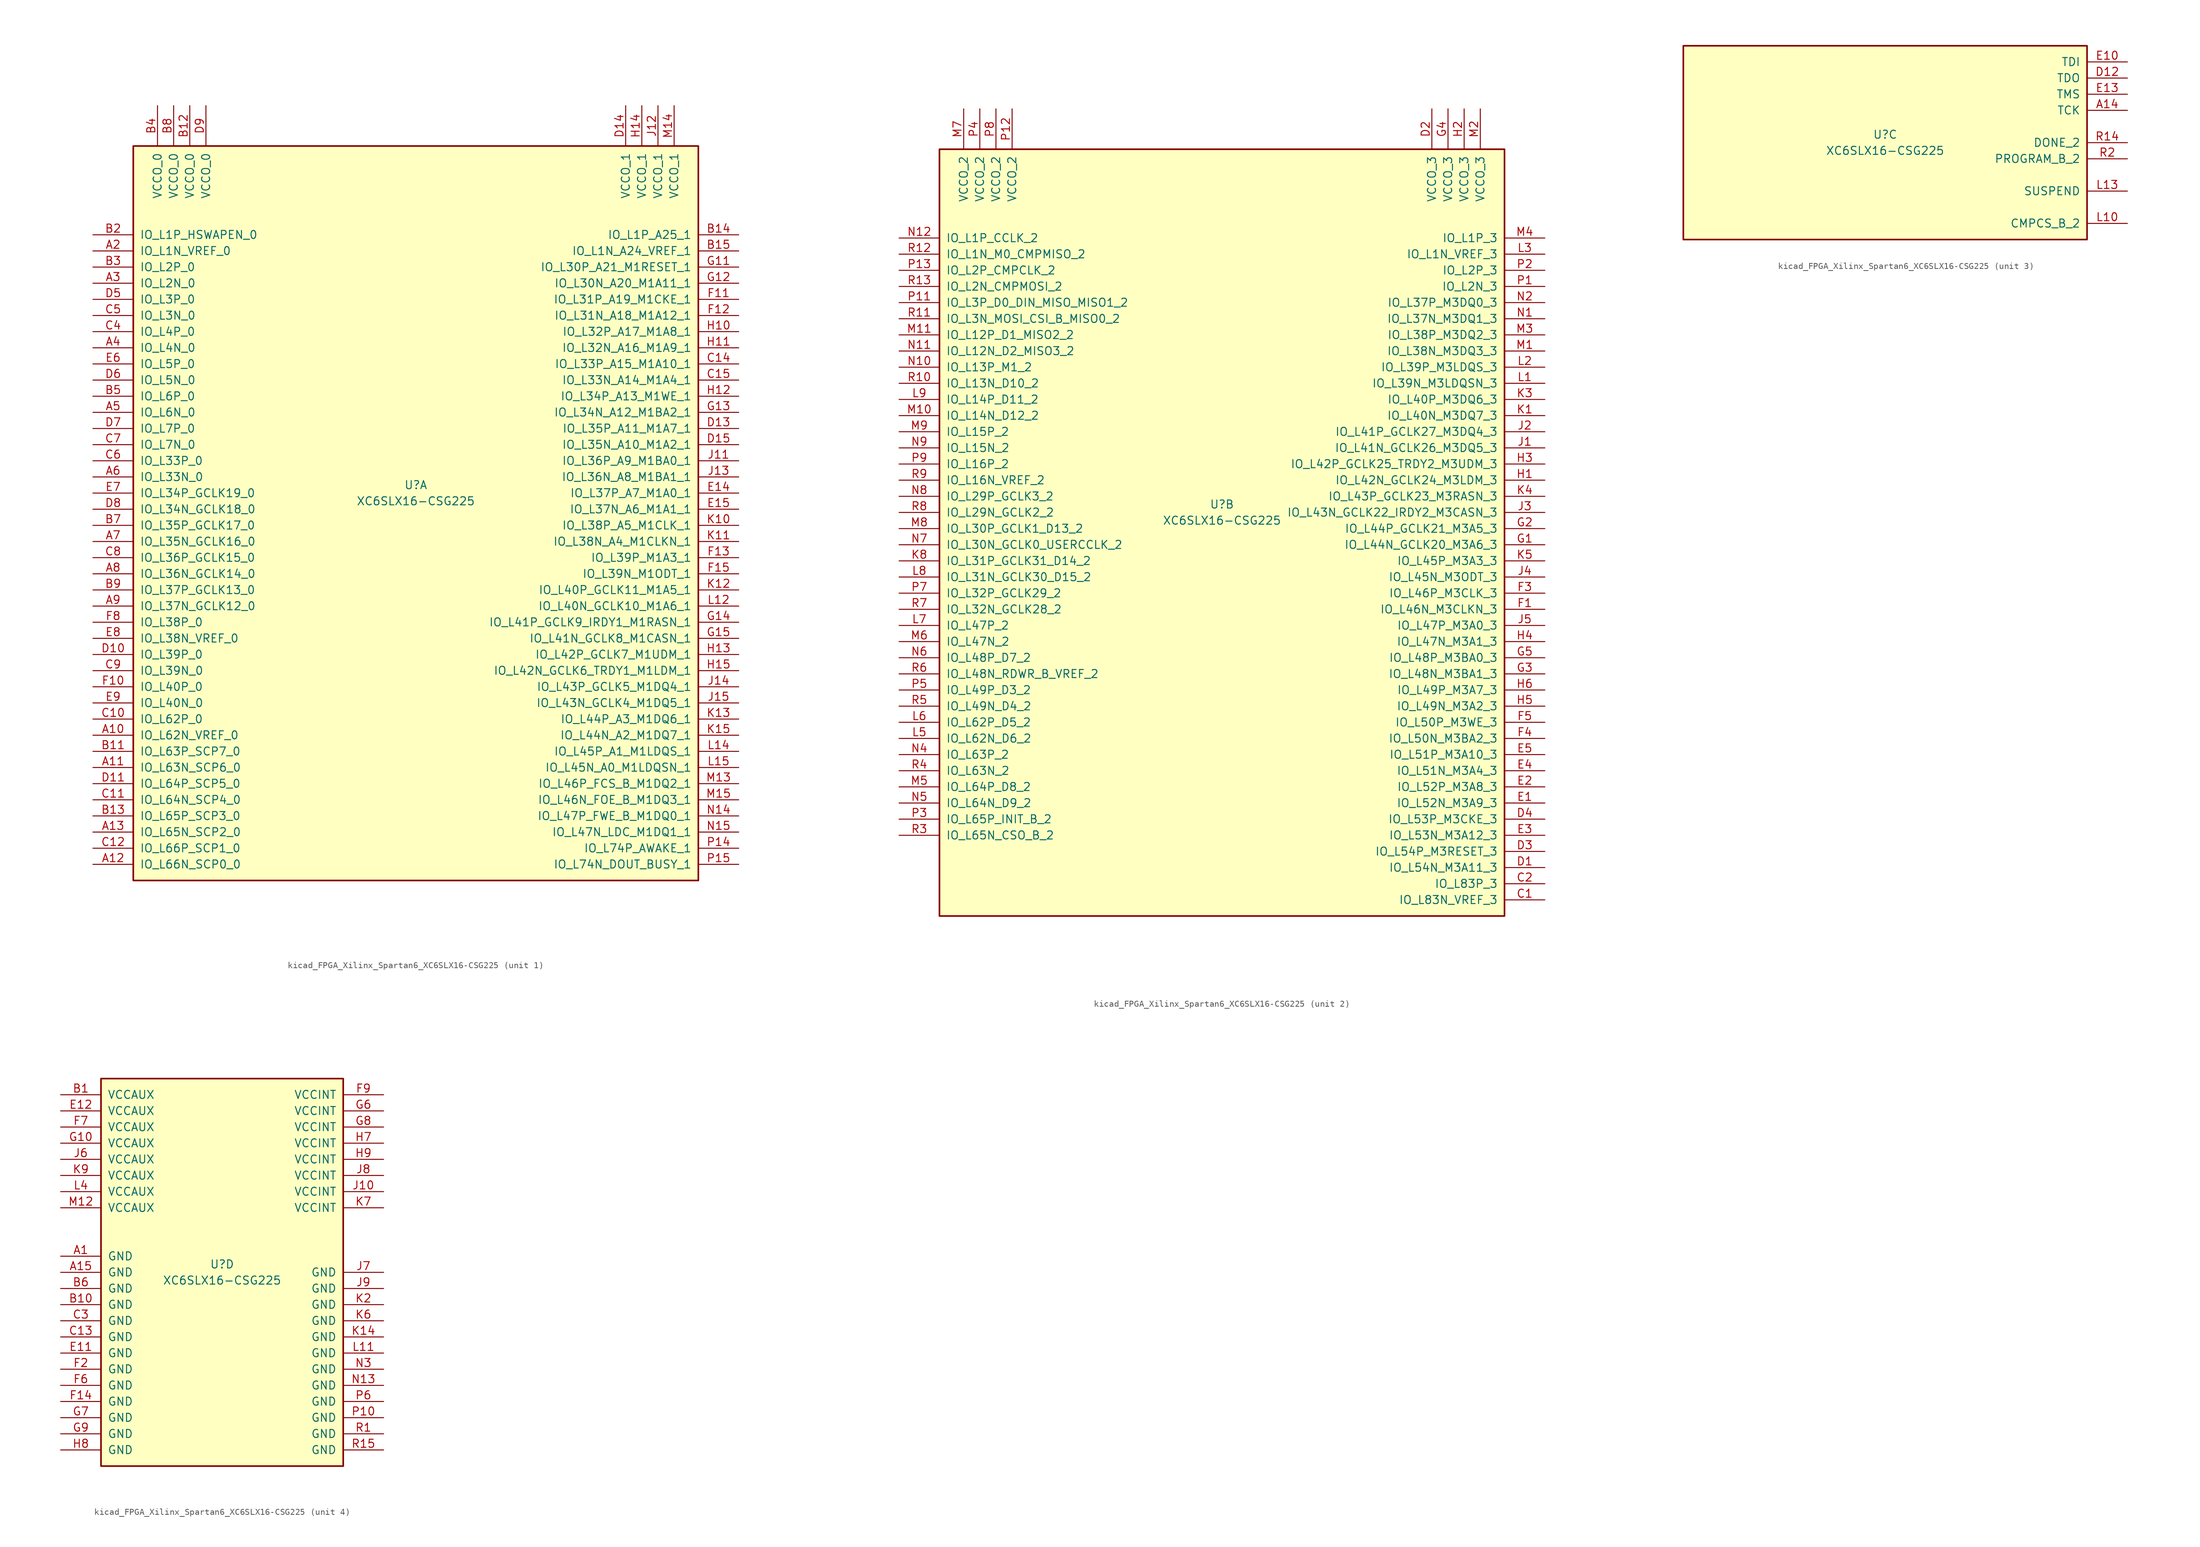
<source format=kicad_sym>
(kicad_symbol_lib
  (version 20220914)
  (generator kicad_symbol_editor)
  (symbol "kicad_FPGA_Xilinx_Spartan6_XC6SLX16-CSG225"
    (pin_names
      (offset 1.016))
    (property "Reference" "U"
      (at 0 1.27 0)
      (effects (font (size 1.27 1.27))))
    (property "Value" "XC6SLX16-CSG225"
      (at 0 -1.27 0)
      (effects (font (size 1.27 1.27))))
    (property "Datasheet" ""
      (at 0 0 0)
      (effects (font (size 1.27 1.27))))
    (property "ki_locked" ""
      (at 0 0 0)
      (effects (font (size 1.27 1.27))))
    (symbol "kicad_FPGA_Xilinx_Spartan6_XC6SLX16-CSG225_1_1"
      (rectangle (start -44.45 54.61) (end 44.45 -60.96) (stroke (width 0.254) (type default)) (fill (type background)))
      (pin bidirectional line (at -50.8 -38.1 0) (length 6.35) (name "IO_L62N_VREF_0" (effects (font (size 1.27 1.27)))) (number "A10" (effects (font (size 1.27 1.27)))))
      (pin bidirectional line (at -50.8 -43.18 0) (length 6.35) (name "IO_L63N_SCP6_0" (effects (font (size 1.27 1.27)))) (number "A11" (effects (font (size 1.27 1.27)))))
      (pin bidirectional line (at -50.8 -58.42 0) (length 6.35) (name "IO_L66N_SCP0_0" (effects (font (size 1.27 1.27)))) (number "A12" (effects (font (size 1.27 1.27)))))
      (pin bidirectional line (at -50.8 -53.34 0) (length 6.35) (name "IO_L65N_SCP2_0" (effects (font (size 1.27 1.27)))) (number "A13" (effects (font (size 1.27 1.27)))))
      (pin bidirectional line (at -50.8 38.1 0) (length 6.35) (name "IO_L1N_VREF_0" (effects (font (size 1.27 1.27)))) (number "A2" (effects (font (size 1.27 1.27)))))
      (pin bidirectional line (at -50.8 33.02 0) (length 6.35) (name "IO_L2N_0" (effects (font (size 1.27 1.27)))) (number "A3" (effects (font (size 1.27 1.27)))))
      (pin bidirectional line (at -50.8 22.86 0) (length 6.35) (name "IO_L4N_0" (effects (font (size 1.27 1.27)))) (number "A4" (effects (font (size 1.27 1.27)))))
      (pin bidirectional line (at -50.8 12.7 0) (length 6.35) (name "IO_L6N_0" (effects (font (size 1.27 1.27)))) (number "A5" (effects (font (size 1.27 1.27)))))
      (pin bidirectional line (at -50.8 2.54 0) (length 6.35) (name "IO_L33N_0" (effects (font (size 1.27 1.27)))) (number "A6" (effects (font (size 1.27 1.27)))))
      (pin bidirectional line (at -50.8 -7.62 0) (length 6.35) (name "IO_L35N_GCLK16_0" (effects (font (size 1.27 1.27)))) (number "A7" (effects (font (size 1.27 1.27)))))
      (pin bidirectional line (at -50.8 -12.7 0) (length 6.35) (name "IO_L36N_GCLK14_0" (effects (font (size 1.27 1.27)))) (number "A8" (effects (font (size 1.27 1.27)))))
      (pin bidirectional line (at -50.8 -17.78 0) (length 6.35) (name "IO_L37N_GCLK12_0" (effects (font (size 1.27 1.27)))) (number "A9" (effects (font (size 1.27 1.27)))))
      (pin bidirectional line (at -50.8 -40.64 0) (length 6.35) (name "IO_L63P_SCP7_0" (effects (font (size 1.27 1.27)))) (number "B11" (effects (font (size 1.27 1.27)))))
      (pin power_in line (at -35.56 60.96 270) (length 6.35) (name "VCCO_0" (effects (font (size 1.27 1.27)))) (number "B12" (effects (font (size 1.27 1.27)))))
      (pin bidirectional line (at -50.8 -50.8 0) (length 6.35) (name "IO_L65P_SCP3_0" (effects (font (size 1.27 1.27)))) (number "B13" (effects (font (size 1.27 1.27)))))
      (pin bidirectional line (at 50.8 40.64 180) (length 6.35) (name "IO_L1P_A25_1" (effects (font (size 1.27 1.27)))) (number "B14" (effects (font (size 1.27 1.27)))))
      (pin bidirectional line (at 50.8 38.1 180) (length 6.35) (name "IO_L1N_A24_VREF_1" (effects (font (size 1.27 1.27)))) (number "B15" (effects (font (size 1.27 1.27)))))
      (pin bidirectional line (at -50.8 40.64 0) (length 6.35) (name "IO_L1P_HSWAPEN_0" (effects (font (size 1.27 1.27)))) (number "B2" (effects (font (size 1.27 1.27)))))
      (pin bidirectional line (at -50.8 35.56 0) (length 6.35) (name "IO_L2P_0" (effects (font (size 1.27 1.27)))) (number "B3" (effects (font (size 1.27 1.27)))))
      (pin power_in line (at -40.64 60.96 270) (length 6.35) (name "VCCO_0" (effects (font (size 1.27 1.27)))) (number "B4" (effects (font (size 1.27 1.27)))))
      (pin bidirectional line (at -50.8 15.24 0) (length 6.35) (name "IO_L6P_0" (effects (font (size 1.27 1.27)))) (number "B5" (effects (font (size 1.27 1.27)))))
      (pin bidirectional line (at -50.8 -5.08 0) (length 6.35) (name "IO_L35P_GCLK17_0" (effects (font (size 1.27 1.27)))) (number "B7" (effects (font (size 1.27 1.27)))))
      (pin power_in line (at -38.1 60.96 270) (length 6.35) (name "VCCO_0" (effects (font (size 1.27 1.27)))) (number "B8" (effects (font (size 1.27 1.27)))))
      (pin bidirectional line (at -50.8 -15.24 0) (length 6.35) (name "IO_L37P_GCLK13_0" (effects (font (size 1.27 1.27)))) (number "B9" (effects (font (size 1.27 1.27)))))
      (pin bidirectional line (at -50.8 -35.56 0) (length 6.35) (name "IO_L62P_0" (effects (font (size 1.27 1.27)))) (number "C10" (effects (font (size 1.27 1.27)))))
      (pin bidirectional line (at -50.8 -48.26 0) (length 6.35) (name "IO_L64N_SCP4_0" (effects (font (size 1.27 1.27)))) (number "C11" (effects (font (size 1.27 1.27)))))
      (pin bidirectional line (at -50.8 -55.88 0) (length 6.35) (name "IO_L66P_SCP1_0" (effects (font (size 1.27 1.27)))) (number "C12" (effects (font (size 1.27 1.27)))))
      (pin bidirectional line (at 50.8 20.32 180) (length 6.35) (name "IO_L33P_A15_M1A10_1" (effects (font (size 1.27 1.27)))) (number "C14" (effects (font (size 1.27 1.27)))))
      (pin bidirectional line (at 50.8 17.78 180) (length 6.35) (name "IO_L33N_A14_M1A4_1" (effects (font (size 1.27 1.27)))) (number "C15" (effects (font (size 1.27 1.27)))))
      (pin bidirectional line (at -50.8 25.4 0) (length 6.35) (name "IO_L4P_0" (effects (font (size 1.27 1.27)))) (number "C4" (effects (font (size 1.27 1.27)))))
      (pin bidirectional line (at -50.8 27.94 0) (length 6.35) (name "IO_L3N_0" (effects (font (size 1.27 1.27)))) (number "C5" (effects (font (size 1.27 1.27)))))
      (pin bidirectional line (at -50.8 5.08 0) (length 6.35) (name "IO_L33P_0" (effects (font (size 1.27 1.27)))) (number "C6" (effects (font (size 1.27 1.27)))))
      (pin bidirectional line (at -50.8 7.62 0) (length 6.35) (name "IO_L7N_0" (effects (font (size 1.27 1.27)))) (number "C7" (effects (font (size 1.27 1.27)))))
      (pin bidirectional line (at -50.8 -10.16 0) (length 6.35) (name "IO_L36P_GCLK15_0" (effects (font (size 1.27 1.27)))) (number "C8" (effects (font (size 1.27 1.27)))))
      (pin bidirectional line (at -50.8 -27.94 0) (length 6.35) (name "IO_L39N_0" (effects (font (size 1.27 1.27)))) (number "C9" (effects (font (size 1.27 1.27)))))
      (pin bidirectional line (at -50.8 -25.4 0) (length 6.35) (name "IO_L39P_0" (effects (font (size 1.27 1.27)))) (number "D10" (effects (font (size 1.27 1.27)))))
      (pin bidirectional line (at -50.8 -45.72 0) (length 6.35) (name "IO_L64P_SCP5_0" (effects (font (size 1.27 1.27)))) (number "D11" (effects (font (size 1.27 1.27)))))
      (pin bidirectional line (at 50.8 10.16 180) (length 6.35) (name "IO_L35P_A11_M1A7_1" (effects (font (size 1.27 1.27)))) (number "D13" (effects (font (size 1.27 1.27)))))
      (pin power_in line (at 33.02 60.96 270) (length 6.35) (name "VCCO_1" (effects (font (size 1.27 1.27)))) (number "D14" (effects (font (size 1.27 1.27)))))
      (pin bidirectional line (at 50.8 7.62 180) (length 6.35) (name "IO_L35N_A10_M1A2_1" (effects (font (size 1.27 1.27)))) (number "D15" (effects (font (size 1.27 1.27)))))
      (pin bidirectional line (at -50.8 30.48 0) (length 6.35) (name "IO_L3P_0" (effects (font (size 1.27 1.27)))) (number "D5" (effects (font (size 1.27 1.27)))))
      (pin bidirectional line (at -50.8 17.78 0) (length 6.35) (name "IO_L5N_0" (effects (font (size 1.27 1.27)))) (number "D6" (effects (font (size 1.27 1.27)))))
      (pin bidirectional line (at -50.8 10.16 0) (length 6.35) (name "IO_L7P_0" (effects (font (size 1.27 1.27)))) (number "D7" (effects (font (size 1.27 1.27)))))
      (pin bidirectional line (at -50.8 -2.54 0) (length 6.35) (name "IO_L34N_GCLK18_0" (effects (font (size 1.27 1.27)))) (number "D8" (effects (font (size 1.27 1.27)))))
      (pin power_in line (at -33.02 60.96 270) (length 6.35) (name "VCCO_0" (effects (font (size 1.27 1.27)))) (number "D9" (effects (font (size 1.27 1.27)))))
      (pin bidirectional line (at 50.8 0 180) (length 6.35) (name "IO_L37P_A7_M1A0_1" (effects (font (size 1.27 1.27)))) (number "E14" (effects (font (size 1.27 1.27)))))
      (pin bidirectional line (at 50.8 -2.54 180) (length 6.35) (name "IO_L37N_A6_M1A1_1" (effects (font (size 1.27 1.27)))) (number "E15" (effects (font (size 1.27 1.27)))))
      (pin bidirectional line (at -50.8 20.32 0) (length 6.35) (name "IO_L5P_0" (effects (font (size 1.27 1.27)))) (number "E6" (effects (font (size 1.27 1.27)))))
      (pin bidirectional line (at -50.8 0 0) (length 6.35) (name "IO_L34P_GCLK19_0" (effects (font (size 1.27 1.27)))) (number "E7" (effects (font (size 1.27 1.27)))))
      (pin bidirectional line (at -50.8 -22.86 0) (length 6.35) (name "IO_L38N_VREF_0" (effects (font (size 1.27 1.27)))) (number "E8" (effects (font (size 1.27 1.27)))))
      (pin bidirectional line (at -50.8 -33.02 0) (length 6.35) (name "IO_L40N_0" (effects (font (size 1.27 1.27)))) (number "E9" (effects (font (size 1.27 1.27)))))
      (pin bidirectional line (at -50.8 -30.48 0) (length 6.35) (name "IO_L40P_0" (effects (font (size 1.27 1.27)))) (number "F10" (effects (font (size 1.27 1.27)))))
      (pin bidirectional line (at 50.8 30.48 180) (length 6.35) (name "IO_L31P_A19_M1CKE_1" (effects (font (size 1.27 1.27)))) (number "F11" (effects (font (size 1.27 1.27)))))
      (pin bidirectional line (at 50.8 27.94 180) (length 6.35) (name "IO_L31N_A18_M1A12_1" (effects (font (size 1.27 1.27)))) (number "F12" (effects (font (size 1.27 1.27)))))
      (pin bidirectional line (at 50.8 -10.16 180) (length 6.35) (name "IO_L39P_M1A3_1" (effects (font (size 1.27 1.27)))) (number "F13" (effects (font (size 1.27 1.27)))))
      (pin bidirectional line (at 50.8 -12.7 180) (length 6.35) (name "IO_L39N_M1ODT_1" (effects (font (size 1.27 1.27)))) (number "F15" (effects (font (size 1.27 1.27)))))
      (pin bidirectional line (at -50.8 -20.32 0) (length 6.35) (name "IO_L38P_0" (effects (font (size 1.27 1.27)))) (number "F8" (effects (font (size 1.27 1.27)))))
      (pin bidirectional line (at 50.8 35.56 180) (length 6.35) (name "IO_L30P_A21_M1RESET_1" (effects (font (size 1.27 1.27)))) (number "G11" (effects (font (size 1.27 1.27)))))
      (pin bidirectional line (at 50.8 33.02 180) (length 6.35) (name "IO_L30N_A20_M1A11_1" (effects (font (size 1.27 1.27)))) (number "G12" (effects (font (size 1.27 1.27)))))
      (pin bidirectional line (at 50.8 12.7 180) (length 6.35) (name "IO_L34N_A12_M1BA2_1" (effects (font (size 1.27 1.27)))) (number "G13" (effects (font (size 1.27 1.27)))))
      (pin bidirectional line (at 50.8 -20.32 180) (length 6.35) (name "IO_L41P_GCLK9_IRDY1_M1RASN_1" (effects (font (size 1.27 1.27)))) (number "G14" (effects (font (size 1.27 1.27)))))
      (pin bidirectional line (at 50.8 -22.86 180) (length 6.35) (name "IO_L41N_GCLK8_M1CASN_1" (effects (font (size 1.27 1.27)))) (number "G15" (effects (font (size 1.27 1.27)))))
      (pin bidirectional line (at 50.8 25.4 180) (length 6.35) (name "IO_L32P_A17_M1A8_1" (effects (font (size 1.27 1.27)))) (number "H10" (effects (font (size 1.27 1.27)))))
      (pin bidirectional line (at 50.8 22.86 180) (length 6.35) (name "IO_L32N_A16_M1A9_1" (effects (font (size 1.27 1.27)))) (number "H11" (effects (font (size 1.27 1.27)))))
      (pin bidirectional line (at 50.8 15.24 180) (length 6.35) (name "IO_L34P_A13_M1WE_1" (effects (font (size 1.27 1.27)))) (number "H12" (effects (font (size 1.27 1.27)))))
      (pin bidirectional line (at 50.8 -25.4 180) (length 6.35) (name "IO_L42P_GCLK7_M1UDM_1" (effects (font (size 1.27 1.27)))) (number "H13" (effects (font (size 1.27 1.27)))))
      (pin power_in line (at 35.56 60.96 270) (length 6.35) (name "VCCO_1" (effects (font (size 1.27 1.27)))) (number "H14" (effects (font (size 1.27 1.27)))))
      (pin bidirectional line (at 50.8 -27.94 180) (length 6.35) (name "IO_L42N_GCLK6_TRDY1_M1LDM_1" (effects (font (size 1.27 1.27)))) (number "H15" (effects (font (size 1.27 1.27)))))
      (pin bidirectional line (at 50.8 5.08 180) (length 6.35) (name "IO_L36P_A9_M1BA0_1" (effects (font (size 1.27 1.27)))) (number "J11" (effects (font (size 1.27 1.27)))))
      (pin power_in line (at 38.1 60.96 270) (length 6.35) (name "VCCO_1" (effects (font (size 1.27 1.27)))) (number "J12" (effects (font (size 1.27 1.27)))))
      (pin bidirectional line (at 50.8 2.54 180) (length 6.35) (name "IO_L36N_A8_M1BA1_1" (effects (font (size 1.27 1.27)))) (number "J13" (effects (font (size 1.27 1.27)))))
      (pin bidirectional line (at 50.8 -30.48 180) (length 6.35) (name "IO_L43P_GCLK5_M1DQ4_1" (effects (font (size 1.27 1.27)))) (number "J14" (effects (font (size 1.27 1.27)))))
      (pin bidirectional line (at 50.8 -33.02 180) (length 6.35) (name "IO_L43N_GCLK4_M1DQ5_1" (effects (font (size 1.27 1.27)))) (number "J15" (effects (font (size 1.27 1.27)))))
      (pin bidirectional line (at 50.8 -5.08 180) (length 6.35) (name "IO_L38P_A5_M1CLK_1" (effects (font (size 1.27 1.27)))) (number "K10" (effects (font (size 1.27 1.27)))))
      (pin bidirectional line (at 50.8 -7.62 180) (length 6.35) (name "IO_L38N_A4_M1CLKN_1" (effects (font (size 1.27 1.27)))) (number "K11" (effects (font (size 1.27 1.27)))))
      (pin bidirectional line (at 50.8 -15.24 180) (length 6.35) (name "IO_L40P_GCLK11_M1A5_1" (effects (font (size 1.27 1.27)))) (number "K12" (effects (font (size 1.27 1.27)))))
      (pin bidirectional line (at 50.8 -35.56 180) (length 6.35) (name "IO_L44P_A3_M1DQ6_1" (effects (font (size 1.27 1.27)))) (number "K13" (effects (font (size 1.27 1.27)))))
      (pin bidirectional line (at 50.8 -38.1 180) (length 6.35) (name "IO_L44N_A2_M1DQ7_1" (effects (font (size 1.27 1.27)))) (number "K15" (effects (font (size 1.27 1.27)))))
      (pin bidirectional line (at 50.8 -17.78 180) (length 6.35) (name "IO_L40N_GCLK10_M1A6_1" (effects (font (size 1.27 1.27)))) (number "L12" (effects (font (size 1.27 1.27)))))
      (pin bidirectional line (at 50.8 -40.64 180) (length 6.35) (name "IO_L45P_A1_M1LDQS_1" (effects (font (size 1.27 1.27)))) (number "L14" (effects (font (size 1.27 1.27)))))
      (pin bidirectional line (at 50.8 -43.18 180) (length 6.35) (name "IO_L45N_A0_M1LDQSN_1" (effects (font (size 1.27 1.27)))) (number "L15" (effects (font (size 1.27 1.27)))))
      (pin bidirectional line (at 50.8 -45.72 180) (length 6.35) (name "IO_L46P_FCS_B_M1DQ2_1" (effects (font (size 1.27 1.27)))) (number "M13" (effects (font (size 1.27 1.27)))))
      (pin power_in line (at 40.64 60.96 270) (length 6.35) (name "VCCO_1" (effects (font (size 1.27 1.27)))) (number "M14" (effects (font (size 1.27 1.27)))))
      (pin bidirectional line (at 50.8 -48.26 180) (length 6.35) (name "IO_L46N_FOE_B_M1DQ3_1" (effects (font (size 1.27 1.27)))) (number "M15" (effects (font (size 1.27 1.27)))))
      (pin bidirectional line (at 50.8 -50.8 180) (length 6.35) (name "IO_L47P_FWE_B_M1DQ0_1" (effects (font (size 1.27 1.27)))) (number "N14" (effects (font (size 1.27 1.27)))))
      (pin bidirectional line (at 50.8 -53.34 180) (length 6.35) (name "IO_L47N_LDC_M1DQ1_1" (effects (font (size 1.27 1.27)))) (number "N15" (effects (font (size 1.27 1.27)))))
      (pin bidirectional line (at 50.8 -55.88 180) (length 6.35) (name "IO_L74P_AWAKE_1" (effects (font (size 1.27 1.27)))) (number "P14" (effects (font (size 1.27 1.27)))))
      (pin bidirectional line (at 50.8 -58.42 180) (length 6.35) (name "IO_L74N_DOUT_BUSY_1" (effects (font (size 1.27 1.27)))) (number "P15" (effects (font (size 1.27 1.27))))))
    (symbol "kicad_FPGA_Xilinx_Spartan6_XC6SLX16-CSG225_2_1"
      (rectangle (start -44.45 57.15) (end 44.45 -63.5) (stroke (width 0.254) (type default)) (fill (type background)))
      (pin bidirectional line (at 50.8 -60.96 180) (length 6.35) (name "IO_L83N_VREF_3" (effects (font (size 1.27 1.27)))) (number "C1" (effects (font (size 1.27 1.27)))))
      (pin bidirectional line (at 50.8 -58.42 180) (length 6.35) (name "IO_L83P_3" (effects (font (size 1.27 1.27)))) (number "C2" (effects (font (size 1.27 1.27)))))
      (pin bidirectional line (at 50.8 -55.88 180) (length 6.35) (name "IO_L54N_M3A11_3" (effects (font (size 1.27 1.27)))) (number "D1" (effects (font (size 1.27 1.27)))))
      (pin power_in line (at 33.02 63.5 270) (length 6.35) (name "VCCO_3" (effects (font (size 1.27 1.27)))) (number "D2" (effects (font (size 1.27 1.27)))))
      (pin bidirectional line (at 50.8 -53.34 180) (length 6.35) (name "IO_L54P_M3RESET_3" (effects (font (size 1.27 1.27)))) (number "D3" (effects (font (size 1.27 1.27)))))
      (pin bidirectional line (at 50.8 -48.26 180) (length 6.35) (name "IO_L53P_M3CKE_3" (effects (font (size 1.27 1.27)))) (number "D4" (effects (font (size 1.27 1.27)))))
      (pin bidirectional line (at 50.8 -45.72 180) (length 6.35) (name "IO_L52N_M3A9_3" (effects (font (size 1.27 1.27)))) (number "E1" (effects (font (size 1.27 1.27)))))
      (pin bidirectional line (at 50.8 -43.18 180) (length 6.35) (name "IO_L52P_M3A8_3" (effects (font (size 1.27 1.27)))) (number "E2" (effects (font (size 1.27 1.27)))))
      (pin bidirectional line (at 50.8 -50.8 180) (length 6.35) (name "IO_L53N_M3A12_3" (effects (font (size 1.27 1.27)))) (number "E3" (effects (font (size 1.27 1.27)))))
      (pin bidirectional line (at 50.8 -40.64 180) (length 6.35) (name "IO_L51N_M3A4_3" (effects (font (size 1.27 1.27)))) (number "E4" (effects (font (size 1.27 1.27)))))
      (pin bidirectional line (at 50.8 -38.1 180) (length 6.35) (name "IO_L51P_M3A10_3" (effects (font (size 1.27 1.27)))) (number "E5" (effects (font (size 1.27 1.27)))))
      (pin bidirectional line (at 50.8 -15.24 180) (length 6.35) (name "IO_L46N_M3CLKN_3" (effects (font (size 1.27 1.27)))) (number "F1" (effects (font (size 1.27 1.27)))))
      (pin bidirectional line (at 50.8 -12.7 180) (length 6.35) (name "IO_L46P_M3CLK_3" (effects (font (size 1.27 1.27)))) (number "F3" (effects (font (size 1.27 1.27)))))
      (pin bidirectional line (at 50.8 -35.56 180) (length 6.35) (name "IO_L50N_M3BA2_3" (effects (font (size 1.27 1.27)))) (number "F4" (effects (font (size 1.27 1.27)))))
      (pin bidirectional line (at 50.8 -33.02 180) (length 6.35) (name "IO_L50P_M3WE_3" (effects (font (size 1.27 1.27)))) (number "F5" (effects (font (size 1.27 1.27)))))
      (pin bidirectional line (at 50.8 -5.08 180) (length 6.35) (name "IO_L44N_GCLK20_M3A6_3" (effects (font (size 1.27 1.27)))) (number "G1" (effects (font (size 1.27 1.27)))))
      (pin bidirectional line (at 50.8 -2.54 180) (length 6.35) (name "IO_L44P_GCLK21_M3A5_3" (effects (font (size 1.27 1.27)))) (number "G2" (effects (font (size 1.27 1.27)))))
      (pin bidirectional line (at 50.8 -25.4 180) (length 6.35) (name "IO_L48N_M3BA1_3" (effects (font (size 1.27 1.27)))) (number "G3" (effects (font (size 1.27 1.27)))))
      (pin power_in line (at 35.56 63.5 270) (length 6.35) (name "VCCO_3" (effects (font (size 1.27 1.27)))) (number "G4" (effects (font (size 1.27 1.27)))))
      (pin bidirectional line (at 50.8 -22.86 180) (length 6.35) (name "IO_L48P_M3BA0_3" (effects (font (size 1.27 1.27)))) (number "G5" (effects (font (size 1.27 1.27)))))
      (pin bidirectional line (at 50.8 5.08 180) (length 6.35) (name "IO_L42N_GCLK24_M3LDM_3" (effects (font (size 1.27 1.27)))) (number "H1" (effects (font (size 1.27 1.27)))))
      (pin power_in line (at 38.1 63.5 270) (length 6.35) (name "VCCO_3" (effects (font (size 1.27 1.27)))) (number "H2" (effects (font (size 1.27 1.27)))))
      (pin bidirectional line (at 50.8 7.62 180) (length 6.35) (name "IO_L42P_GCLK25_TRDY2_M3UDM_3" (effects (font (size 1.27 1.27)))) (number "H3" (effects (font (size 1.27 1.27)))))
      (pin bidirectional line (at 50.8 -20.32 180) (length 6.35) (name "IO_L47N_M3A1_3" (effects (font (size 1.27 1.27)))) (number "H4" (effects (font (size 1.27 1.27)))))
      (pin bidirectional line (at 50.8 -30.48 180) (length 6.35) (name "IO_L49N_M3A2_3" (effects (font (size 1.27 1.27)))) (number "H5" (effects (font (size 1.27 1.27)))))
      (pin bidirectional line (at 50.8 -27.94 180) (length 6.35) (name "IO_L49P_M3A7_3" (effects (font (size 1.27 1.27)))) (number "H6" (effects (font (size 1.27 1.27)))))
      (pin bidirectional line (at 50.8 10.16 180) (length 6.35) (name "IO_L41N_GCLK26_M3DQ5_3" (effects (font (size 1.27 1.27)))) (number "J1" (effects (font (size 1.27 1.27)))))
      (pin bidirectional line (at 50.8 12.7 180) (length 6.35) (name "IO_L41P_GCLK27_M3DQ4_3" (effects (font (size 1.27 1.27)))) (number "J2" (effects (font (size 1.27 1.27)))))
      (pin bidirectional line (at 50.8 0 180) (length 6.35) (name "IO_L43N_GCLK22_IRDY2_M3CASN_3" (effects (font (size 1.27 1.27)))) (number "J3" (effects (font (size 1.27 1.27)))))
      (pin bidirectional line (at 50.8 -10.16 180) (length 6.35) (name "IO_L45N_M3ODT_3" (effects (font (size 1.27 1.27)))) (number "J4" (effects (font (size 1.27 1.27)))))
      (pin bidirectional line (at 50.8 -17.78 180) (length 6.35) (name "IO_L47P_M3A0_3" (effects (font (size 1.27 1.27)))) (number "J5" (effects (font (size 1.27 1.27)))))
      (pin bidirectional line (at 50.8 15.24 180) (length 6.35) (name "IO_L40N_M3DQ7_3" (effects (font (size 1.27 1.27)))) (number "K1" (effects (font (size 1.27 1.27)))))
      (pin bidirectional line (at 50.8 17.78 180) (length 6.35) (name "IO_L40P_M3DQ6_3" (effects (font (size 1.27 1.27)))) (number "K3" (effects (font (size 1.27 1.27)))))
      (pin bidirectional line (at 50.8 2.54 180) (length 6.35) (name "IO_L43P_GCLK23_M3RASN_3" (effects (font (size 1.27 1.27)))) (number "K4" (effects (font (size 1.27 1.27)))))
      (pin bidirectional line (at 50.8 -7.62 180) (length 6.35) (name "IO_L45P_M3A3_3" (effects (font (size 1.27 1.27)))) (number "K5" (effects (font (size 1.27 1.27)))))
      (pin bidirectional line (at -50.8 -7.62 0) (length 6.35) (name "IO_L31P_GCLK31_D14_2" (effects (font (size 1.27 1.27)))) (number "K8" (effects (font (size 1.27 1.27)))))
      (pin bidirectional line (at 50.8 20.32 180) (length 6.35) (name "IO_L39N_M3LDQSN_3" (effects (font (size 1.27 1.27)))) (number "L1" (effects (font (size 1.27 1.27)))))
      (pin bidirectional line (at 50.8 22.86 180) (length 6.35) (name "IO_L39P_M3LDQS_3" (effects (font (size 1.27 1.27)))) (number "L2" (effects (font (size 1.27 1.27)))))
      (pin bidirectional line (at 50.8 40.64 180) (length 6.35) (name "IO_L1N_VREF_3" (effects (font (size 1.27 1.27)))) (number "L3" (effects (font (size 1.27 1.27)))))
      (pin bidirectional line (at -50.8 -35.56 0) (length 6.35) (name "IO_L62N_D6_2" (effects (font (size 1.27 1.27)))) (number "L5" (effects (font (size 1.27 1.27)))))
      (pin bidirectional line (at -50.8 -33.02 0) (length 6.35) (name "IO_L62P_D5_2" (effects (font (size 1.27 1.27)))) (number "L6" (effects (font (size 1.27 1.27)))))
      (pin bidirectional line (at -50.8 -17.78 0) (length 6.35) (name "IO_L47P_2" (effects (font (size 1.27 1.27)))) (number "L7" (effects (font (size 1.27 1.27)))))
      (pin bidirectional line (at -50.8 -10.16 0) (length 6.35) (name "IO_L31N_GCLK30_D15_2" (effects (font (size 1.27 1.27)))) (number "L8" (effects (font (size 1.27 1.27)))))
      (pin bidirectional line (at -50.8 17.78 0) (length 6.35) (name "IO_L14P_D11_2" (effects (font (size 1.27 1.27)))) (number "L9" (effects (font (size 1.27 1.27)))))
      (pin bidirectional line (at 50.8 25.4 180) (length 6.35) (name "IO_L38N_M3DQ3_3" (effects (font (size 1.27 1.27)))) (number "M1" (effects (font (size 1.27 1.27)))))
      (pin bidirectional line (at -50.8 15.24 0) (length 6.35) (name "IO_L14N_D12_2" (effects (font (size 1.27 1.27)))) (number "M10" (effects (font (size 1.27 1.27)))))
      (pin bidirectional line (at -50.8 27.94 0) (length 6.35) (name "IO_L12P_D1_MISO2_2" (effects (font (size 1.27 1.27)))) (number "M11" (effects (font (size 1.27 1.27)))))
      (pin power_in line (at 40.64 63.5 270) (length 6.35) (name "VCCO_3" (effects (font (size 1.27 1.27)))) (number "M2" (effects (font (size 1.27 1.27)))))
      (pin bidirectional line (at 50.8 27.94 180) (length 6.35) (name "IO_L38P_M3DQ2_3" (effects (font (size 1.27 1.27)))) (number "M3" (effects (font (size 1.27 1.27)))))
      (pin bidirectional line (at 50.8 43.18 180) (length 6.35) (name "IO_L1P_3" (effects (font (size 1.27 1.27)))) (number "M4" (effects (font (size 1.27 1.27)))))
      (pin bidirectional line (at -50.8 -43.18 0) (length 6.35) (name "IO_L64P_D8_2" (effects (font (size 1.27 1.27)))) (number "M5" (effects (font (size 1.27 1.27)))))
      (pin bidirectional line (at -50.8 -20.32 0) (length 6.35) (name "IO_L47N_2" (effects (font (size 1.27 1.27)))) (number "M6" (effects (font (size 1.27 1.27)))))
      (pin power_in line (at -40.64 63.5 270) (length 6.35) (name "VCCO_2" (effects (font (size 1.27 1.27)))) (number "M7" (effects (font (size 1.27 1.27)))))
      (pin bidirectional line (at -50.8 -2.54 0) (length 6.35) (name "IO_L30P_GCLK1_D13_2" (effects (font (size 1.27 1.27)))) (number "M8" (effects (font (size 1.27 1.27)))))
      (pin bidirectional line (at -50.8 12.7 0) (length 6.35) (name "IO_L15P_2" (effects (font (size 1.27 1.27)))) (number "M9" (effects (font (size 1.27 1.27)))))
      (pin bidirectional line (at 50.8 30.48 180) (length 6.35) (name "IO_L37N_M3DQ1_3" (effects (font (size 1.27 1.27)))) (number "N1" (effects (font (size 1.27 1.27)))))
      (pin bidirectional line (at -50.8 22.86 0) (length 6.35) (name "IO_L13P_M1_2" (effects (font (size 1.27 1.27)))) (number "N10" (effects (font (size 1.27 1.27)))))
      (pin bidirectional line (at -50.8 25.4 0) (length 6.35) (name "IO_L12N_D2_MISO3_2" (effects (font (size 1.27 1.27)))) (number "N11" (effects (font (size 1.27 1.27)))))
      (pin bidirectional line (at -50.8 43.18 0) (length 6.35) (name "IO_L1P_CCLK_2" (effects (font (size 1.27 1.27)))) (number "N12" (effects (font (size 1.27 1.27)))))
      (pin bidirectional line (at 50.8 33.02 180) (length 6.35) (name "IO_L37P_M3DQ0_3" (effects (font (size 1.27 1.27)))) (number "N2" (effects (font (size 1.27 1.27)))))
      (pin bidirectional line (at -50.8 -38.1 0) (length 6.35) (name "IO_L63P_2" (effects (font (size 1.27 1.27)))) (number "N4" (effects (font (size 1.27 1.27)))))
      (pin bidirectional line (at -50.8 -45.72 0) (length 6.35) (name "IO_L64N_D9_2" (effects (font (size 1.27 1.27)))) (number "N5" (effects (font (size 1.27 1.27)))))
      (pin bidirectional line (at -50.8 -22.86 0) (length 6.35) (name "IO_L48P_D7_2" (effects (font (size 1.27 1.27)))) (number "N6" (effects (font (size 1.27 1.27)))))
      (pin bidirectional line (at -50.8 -5.08 0) (length 6.35) (name "IO_L30N_GCLK0_USERCCLK_2" (effects (font (size 1.27 1.27)))) (number "N7" (effects (font (size 1.27 1.27)))))
      (pin bidirectional line (at -50.8 2.54 0) (length 6.35) (name "IO_L29P_GCLK3_2" (effects (font (size 1.27 1.27)))) (number "N8" (effects (font (size 1.27 1.27)))))
      (pin bidirectional line (at -50.8 10.16 0) (length 6.35) (name "IO_L15N_2" (effects (font (size 1.27 1.27)))) (number "N9" (effects (font (size 1.27 1.27)))))
      (pin bidirectional line (at 50.8 35.56 180) (length 6.35) (name "IO_L2N_3" (effects (font (size 1.27 1.27)))) (number "P1" (effects (font (size 1.27 1.27)))))
      (pin bidirectional line (at -50.8 33.02 0) (length 6.35) (name "IO_L3P_D0_DIN_MISO_MISO1_2" (effects (font (size 1.27 1.27)))) (number "P11" (effects (font (size 1.27 1.27)))))
      (pin power_in line (at -33.02 63.5 270) (length 6.35) (name "VCCO_2" (effects (font (size 1.27 1.27)))) (number "P12" (effects (font (size 1.27 1.27)))))
      (pin bidirectional line (at -50.8 38.1 0) (length 6.35) (name "IO_L2P_CMPCLK_2" (effects (font (size 1.27 1.27)))) (number "P13" (effects (font (size 1.27 1.27)))))
      (pin bidirectional line (at 50.8 38.1 180) (length 6.35) (name "IO_L2P_3" (effects (font (size 1.27 1.27)))) (number "P2" (effects (font (size 1.27 1.27)))))
      (pin bidirectional line (at -50.8 -48.26 0) (length 6.35) (name "IO_L65P_INIT_B_2" (effects (font (size 1.27 1.27)))) (number "P3" (effects (font (size 1.27 1.27)))))
      (pin power_in line (at -38.1 63.5 270) (length 6.35) (name "VCCO_2" (effects (font (size 1.27 1.27)))) (number "P4" (effects (font (size 1.27 1.27)))))
      (pin bidirectional line (at -50.8 -27.94 0) (length 6.35) (name "IO_L49P_D3_2" (effects (font (size 1.27 1.27)))) (number "P5" (effects (font (size 1.27 1.27)))))
      (pin bidirectional line (at -50.8 -12.7 0) (length 6.35) (name "IO_L32P_GCLK29_2" (effects (font (size 1.27 1.27)))) (number "P7" (effects (font (size 1.27 1.27)))))
      (pin power_in line (at -35.56 63.5 270) (length 6.35) (name "VCCO_2" (effects (font (size 1.27 1.27)))) (number "P8" (effects (font (size 1.27 1.27)))))
      (pin bidirectional line (at -50.8 7.62 0) (length 6.35) (name "IO_L16P_2" (effects (font (size 1.27 1.27)))) (number "P9" (effects (font (size 1.27 1.27)))))
      (pin bidirectional line (at -50.8 20.32 0) (length 6.35) (name "IO_L13N_D10_2" (effects (font (size 1.27 1.27)))) (number "R10" (effects (font (size 1.27 1.27)))))
      (pin bidirectional line (at -50.8 30.48 0) (length 6.35) (name "IO_L3N_MOSI_CSI_B_MISO0_2" (effects (font (size 1.27 1.27)))) (number "R11" (effects (font (size 1.27 1.27)))))
      (pin bidirectional line (at -50.8 40.64 0) (length 6.35) (name "IO_L1N_M0_CMPMISO_2" (effects (font (size 1.27 1.27)))) (number "R12" (effects (font (size 1.27 1.27)))))
      (pin bidirectional line (at -50.8 35.56 0) (length 6.35) (name "IO_L2N_CMPMOSI_2" (effects (font (size 1.27 1.27)))) (number "R13" (effects (font (size 1.27 1.27)))))
      (pin bidirectional line (at -50.8 -50.8 0) (length 6.35) (name "IO_L65N_CSO_B_2" (effects (font (size 1.27 1.27)))) (number "R3" (effects (font (size 1.27 1.27)))))
      (pin bidirectional line (at -50.8 -40.64 0) (length 6.35) (name "IO_L63N_2" (effects (font (size 1.27 1.27)))) (number "R4" (effects (font (size 1.27 1.27)))))
      (pin bidirectional line (at -50.8 -30.48 0) (length 6.35) (name "IO_L49N_D4_2" (effects (font (size 1.27 1.27)))) (number "R5" (effects (font (size 1.27 1.27)))))
      (pin bidirectional line (at -50.8 -25.4 0) (length 6.35) (name "IO_L48N_RDWR_B_VREF_2" (effects (font (size 1.27 1.27)))) (number "R6" (effects (font (size 1.27 1.27)))))
      (pin bidirectional line (at -50.8 -15.24 0) (length 6.35) (name "IO_L32N_GCLK28_2" (effects (font (size 1.27 1.27)))) (number "R7" (effects (font (size 1.27 1.27)))))
      (pin bidirectional line (at -50.8 0 0) (length 6.35) (name "IO_L29N_GCLK2_2" (effects (font (size 1.27 1.27)))) (number "R8" (effects (font (size 1.27 1.27)))))
      (pin bidirectional line (at -50.8 5.08 0) (length 6.35) (name "IO_L16N_VREF_2" (effects (font (size 1.27 1.27)))) (number "R9" (effects (font (size 1.27 1.27))))))
    (symbol "kicad_FPGA_Xilinx_Spartan6_XC6SLX16-CSG225_3_1"
      (rectangle (start -31.75 15.24) (end 31.75 -15.24) (stroke (width 0.254) (type default)) (fill (type background)))
      (pin bidirectional line (at 38.1 5.08 180) (length 6.35) (name "TCK" (effects (font (size 1.27 1.27)))) (number "A14" (effects (font (size 1.27 1.27)))))
      (pin bidirectional line (at 38.1 10.16 180) (length 6.35) (name "TDO" (effects (font (size 1.27 1.27)))) (number "D12" (effects (font (size 1.27 1.27)))))
      (pin bidirectional line (at 38.1 12.7 180) (length 6.35) (name "TDI" (effects (font (size 1.27 1.27)))) (number "E10" (effects (font (size 1.27 1.27)))))
      (pin bidirectional line (at 38.1 7.62 180) (length 6.35) (name "TMS" (effects (font (size 1.27 1.27)))) (number "E13" (effects (font (size 1.27 1.27)))))
      (pin bidirectional line (at 38.1 -12.7 180) (length 6.35) (name "CMPCS_B_2" (effects (font (size 1.27 1.27)))) (number "L10" (effects (font (size 1.27 1.27)))))
      (pin bidirectional line (at 38.1 -7.62 180) (length 6.35) (name "SUSPEND" (effects (font (size 1.27 1.27)))) (number "L13" (effects (font (size 1.27 1.27)))))
      (pin bidirectional line (at 38.1 0 180) (length 6.35) (name "DONE_2" (effects (font (size 1.27 1.27)))) (number "R14" (effects (font (size 1.27 1.27)))))
      (pin bidirectional line (at 38.1 -2.54 180) (length 6.35) (name "PROGRAM_B_2" (effects (font (size 1.27 1.27)))) (number "R2" (effects (font (size 1.27 1.27))))))
    (symbol "kicad_FPGA_Xilinx_Spartan6_XC6SLX16-CSG225_4_1"
      (rectangle (start -19.05 30.48) (end 19.05 -30.48) (stroke (width 0.254) (type default)) (fill (type background)))
      (pin power_in line (at -25.4 2.54 0) (length 6.35) (name "GND" (effects (font (size 1.27 1.27)))) (number "A1" (effects (font (size 1.27 1.27)))))
      (pin power_in line (at -25.4 0 0) (length 6.35) (name "GND" (effects (font (size 1.27 1.27)))) (number "A15" (effects (font (size 1.27 1.27)))))
      (pin power_in line (at -25.4 27.94 0) (length 6.35) (name "VCCAUX" (effects (font (size 1.27 1.27)))) (number "B1" (effects (font (size 1.27 1.27)))))
      (pin power_in line (at -25.4 -5.08 0) (length 6.35) (name "GND" (effects (font (size 1.27 1.27)))) (number "B10" (effects (font (size 1.27 1.27)))))
      (pin power_in line (at -25.4 -2.54 0) (length 6.35) (name "GND" (effects (font (size 1.27 1.27)))) (number "B6" (effects (font (size 1.27 1.27)))))
      (pin power_in line (at -25.4 -10.16 0) (length 6.35) (name "GND" (effects (font (size 1.27 1.27)))) (number "C13" (effects (font (size 1.27 1.27)))))
      (pin power_in line (at -25.4 -7.62 0) (length 6.35) (name "GND" (effects (font (size 1.27 1.27)))) (number "C3" (effects (font (size 1.27 1.27)))))
      (pin power_in line (at -25.4 -12.7 0) (length 6.35) (name "GND" (effects (font (size 1.27 1.27)))) (number "E11" (effects (font (size 1.27 1.27)))))
      (pin power_in line (at -25.4 25.4 0) (length 6.35) (name "VCCAUX" (effects (font (size 1.27 1.27)))) (number "E12" (effects (font (size 1.27 1.27)))))
      (pin power_in line (at -25.4 -20.32 0) (length 6.35) (name "GND" (effects (font (size 1.27 1.27)))) (number "F14" (effects (font (size 1.27 1.27)))))
      (pin power_in line (at -25.4 -15.24 0) (length 6.35) (name "GND" (effects (font (size 1.27 1.27)))) (number "F2" (effects (font (size 1.27 1.27)))))
      (pin power_in line (at -25.4 -17.78 0) (length 6.35) (name "GND" (effects (font (size 1.27 1.27)))) (number "F6" (effects (font (size 1.27 1.27)))))
      (pin power_in line (at -25.4 22.86 0) (length 6.35) (name "VCCAUX" (effects (font (size 1.27 1.27)))) (number "F7" (effects (font (size 1.27 1.27)))))
      (pin power_in line (at 25.4 27.94 180) (length 6.35) (name "VCCINT" (effects (font (size 1.27 1.27)))) (number "F9" (effects (font (size 1.27 1.27)))))
      (pin power_in line (at -25.4 20.32 0) (length 6.35) (name "VCCAUX" (effects (font (size 1.27 1.27)))) (number "G10" (effects (font (size 1.27 1.27)))))
      (pin power_in line (at 25.4 25.4 180) (length 6.35) (name "VCCINT" (effects (font (size 1.27 1.27)))) (number "G6" (effects (font (size 1.27 1.27)))))
      (pin power_in line (at -25.4 -22.86 0) (length 6.35) (name "GND" (effects (font (size 1.27 1.27)))) (number "G7" (effects (font (size 1.27 1.27)))))
      (pin power_in line (at 25.4 22.86 180) (length 6.35) (name "VCCINT" (effects (font (size 1.27 1.27)))) (number "G8" (effects (font (size 1.27 1.27)))))
      (pin power_in line (at -25.4 -25.4 0) (length 6.35) (name "GND" (effects (font (size 1.27 1.27)))) (number "G9" (effects (font (size 1.27 1.27)))))
      (pin power_in line (at 25.4 20.32 180) (length 6.35) (name "VCCINT" (effects (font (size 1.27 1.27)))) (number "H7" (effects (font (size 1.27 1.27)))))
      (pin power_in line (at -25.4 -27.94 0) (length 6.35) (name "GND" (effects (font (size 1.27 1.27)))) (number "H8" (effects (font (size 1.27 1.27)))))
      (pin power_in line (at 25.4 17.78 180) (length 6.35) (name "VCCINT" (effects (font (size 1.27 1.27)))) (number "H9" (effects (font (size 1.27 1.27)))))
      (pin power_in line (at 25.4 12.7 180) (length 6.35) (name "VCCINT" (effects (font (size 1.27 1.27)))) (number "J10" (effects (font (size 1.27 1.27)))))
      (pin power_in line (at -25.4 17.78 0) (length 6.35) (name "VCCAUX" (effects (font (size 1.27 1.27)))) (number "J6" (effects (font (size 1.27 1.27)))))
      (pin power_in line (at 25.4 0 180) (length 6.35) (name "GND" (effects (font (size 1.27 1.27)))) (number "J7" (effects (font (size 1.27 1.27)))))
      (pin power_in line (at 25.4 15.24 180) (length 6.35) (name "VCCINT" (effects (font (size 1.27 1.27)))) (number "J8" (effects (font (size 1.27 1.27)))))
      (pin power_in line (at 25.4 -2.54 180) (length 6.35) (name "GND" (effects (font (size 1.27 1.27)))) (number "J9" (effects (font (size 1.27 1.27)))))
      (pin power_in line (at 25.4 -10.16 180) (length 6.35) (name "GND" (effects (font (size 1.27 1.27)))) (number "K14" (effects (font (size 1.27 1.27)))))
      (pin power_in line (at 25.4 -5.08 180) (length 6.35) (name "GND" (effects (font (size 1.27 1.27)))) (number "K2" (effects (font (size 1.27 1.27)))))
      (pin power_in line (at 25.4 -7.62 180) (length 6.35) (name "GND" (effects (font (size 1.27 1.27)))) (number "K6" (effects (font (size 1.27 1.27)))))
      (pin power_in line (at 25.4 10.16 180) (length 6.35) (name "VCCINT" (effects (font (size 1.27 1.27)))) (number "K7" (effects (font (size 1.27 1.27)))))
      (pin power_in line (at -25.4 15.24 0) (length 6.35) (name "VCCAUX" (effects (font (size 1.27 1.27)))) (number "K9" (effects (font (size 1.27 1.27)))))
      (pin power_in line (at 25.4 -12.7 180) (length 6.35) (name "GND" (effects (font (size 1.27 1.27)))) (number "L11" (effects (font (size 1.27 1.27)))))
      (pin power_in line (at -25.4 12.7 0) (length 6.35) (name "VCCAUX" (effects (font (size 1.27 1.27)))) (number "L4" (effects (font (size 1.27 1.27)))))
      (pin power_in line (at -25.4 10.16 0) (length 6.35) (name "VCCAUX" (effects (font (size 1.27 1.27)))) (number "M12" (effects (font (size 1.27 1.27)))))
      (pin power_in line (at 25.4 -17.78 180) (length 6.35) (name "GND" (effects (font (size 1.27 1.27)))) (number "N13" (effects (font (size 1.27 1.27)))))
      (pin power_in line (at 25.4 -15.24 180) (length 6.35) (name "GND" (effects (font (size 1.27 1.27)))) (number "N3" (effects (font (size 1.27 1.27)))))
      (pin power_in line (at 25.4 -22.86 180) (length 6.35) (name "GND" (effects (font (size 1.27 1.27)))) (number "P10" (effects (font (size 1.27 1.27)))))
      (pin power_in line (at 25.4 -20.32 180) (length 6.35) (name "GND" (effects (font (size 1.27 1.27)))) (number "P6" (effects (font (size 1.27 1.27)))))
      (pin power_in line (at 25.4 -25.4 180) (length 6.35) (name "GND" (effects (font (size 1.27 1.27)))) (number "R1" (effects (font (size 1.27 1.27)))))
      (pin power_in line (at 25.4 -27.94 180) (length 6.35) (name "GND" (effects (font (size 1.27 1.27)))) (number "R15" (effects (font (size 1.27 1.27))))))))
</source>
